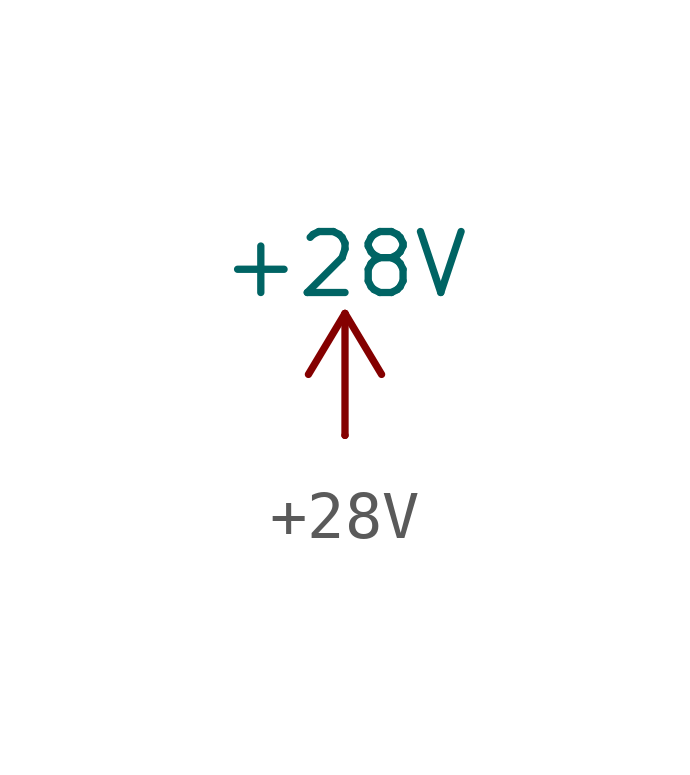
<source format=kicad_sym>
(kicad_symbol_lib
  (version 20241209)
  (generator "kicad_symbol_editor")
  (generator_version "9.0")
  (symbol "+28V"
    (power)
    (pin_numbers
      (hide yes))
    (pin_names
      (offset 0)
      (hide yes))
    (property "Reference" "#PWR"
      (at 0 -3.81 0)
      (effects (font (size 1.27 1.27)) (hide yes)))
    (property "Value" "+28V"
      (at 0 3.556 0)
      (effects (font (size 1.27 1.27))))
    (symbol "+28V_0_1"
      (polyline (pts (xy -0.762 1.27) (xy 0 2.54)) (stroke (width 0) (type default)) (fill (type none)))
      (polyline (pts (xy 0 2.54) (xy 0.762 1.27)) (stroke (width 0) (type default)) (fill (type none)))
      (polyline (pts (xy 0 0) (xy 0 2.54)) (stroke (width 0) (type default)) (fill (type none))))
    (symbol "+28V_1_1"
      (pin power_in line (at 0 0 90) (length 0) (name "~" (effects (font (size 1.27 1.27)))) (number "1" (effects (font (size 1.27 1.27))))))))
</source>
